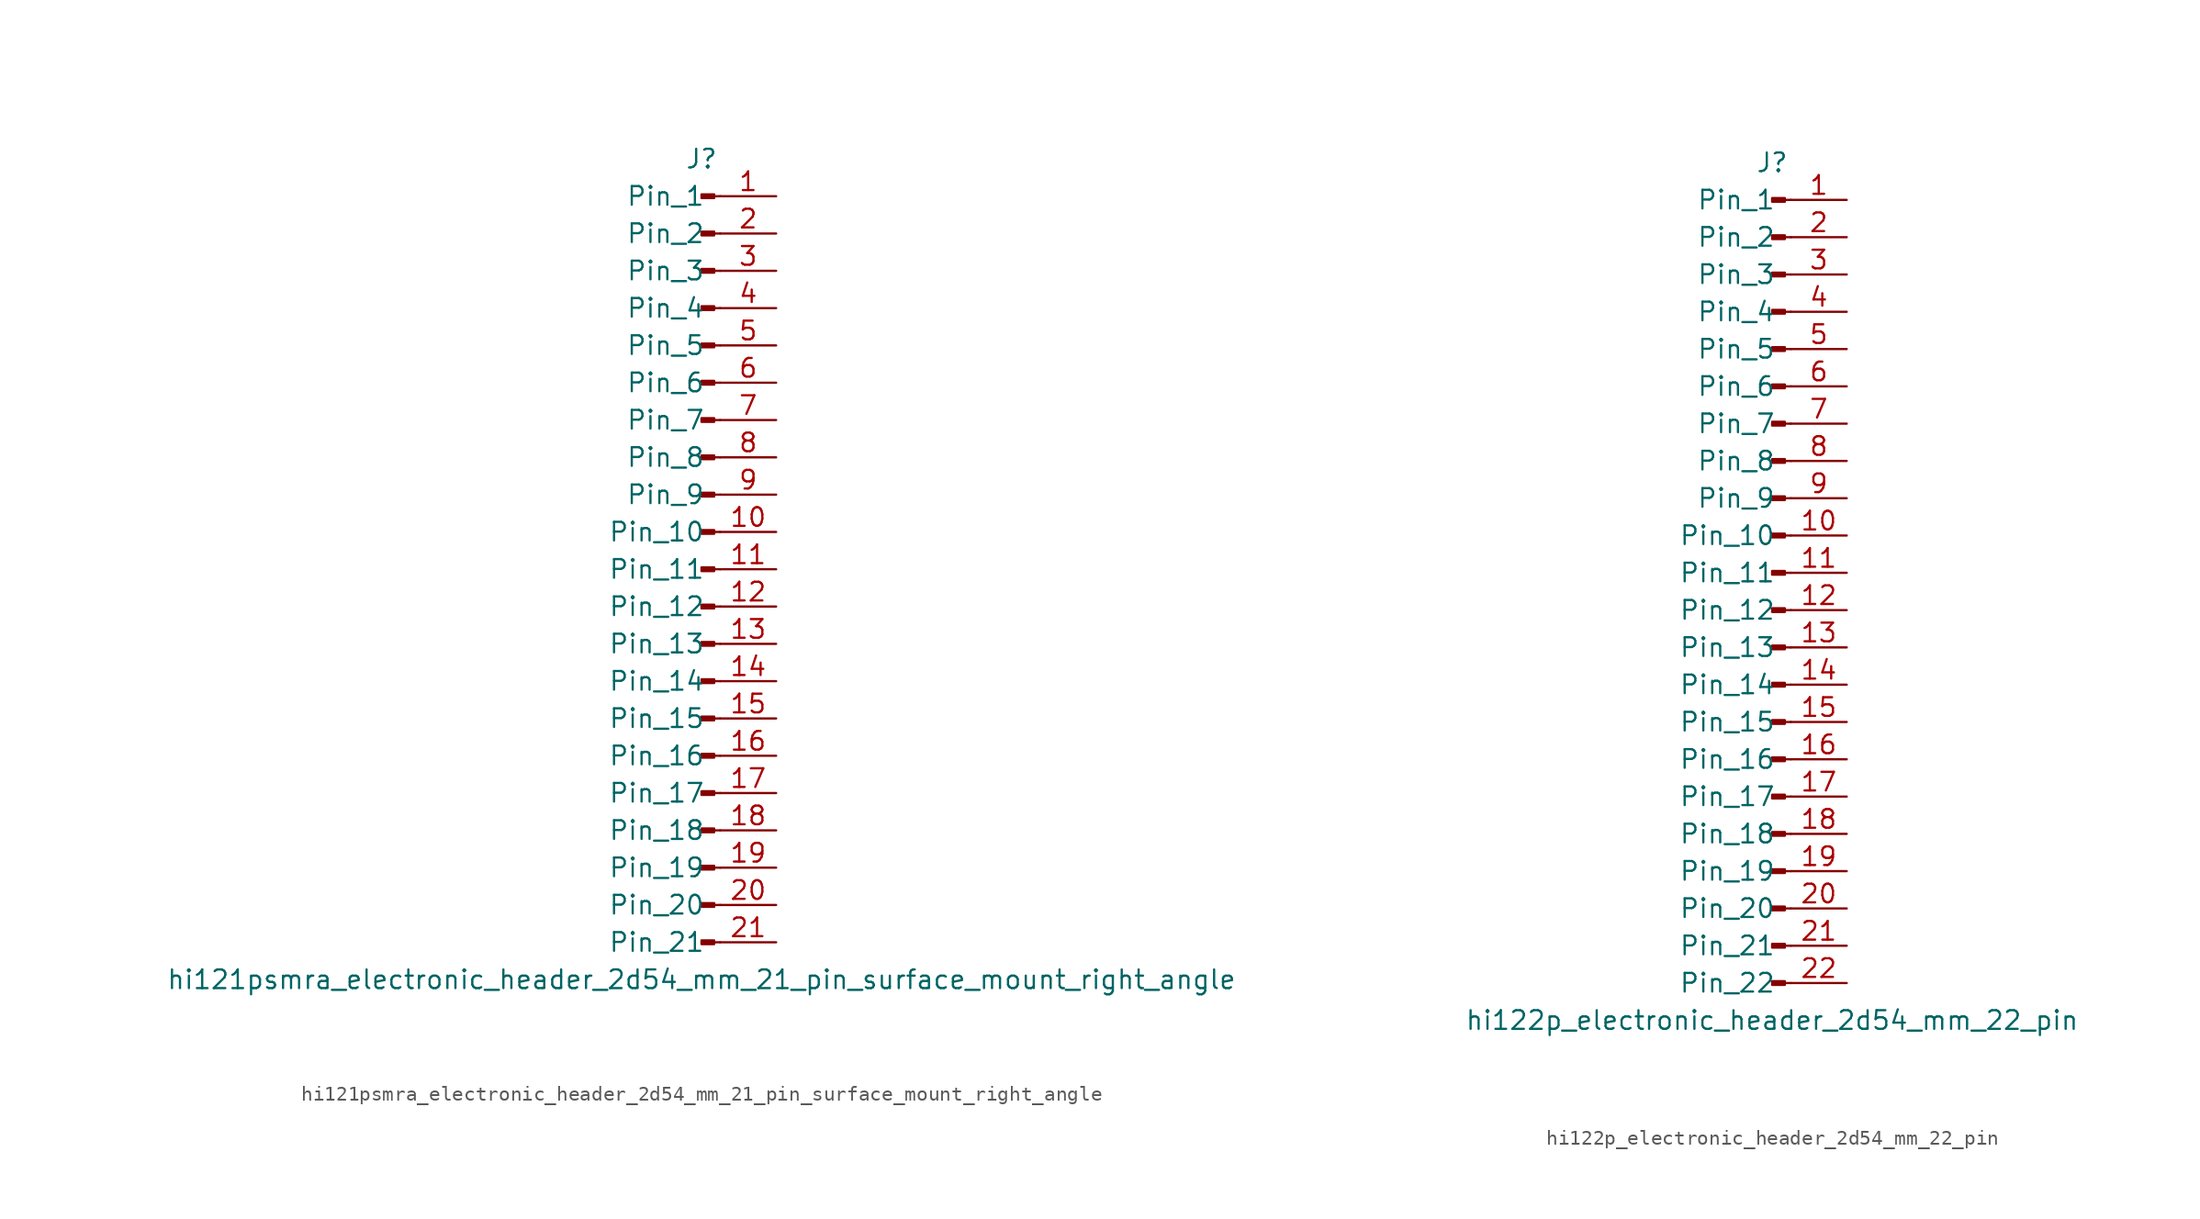
<source format=kicad_sym>
(kicad_symbol_lib
  (version 20220914)
  (generator kicad_symbol_editor)
  (symbol "hi121psmra_electronic_header_2d54_mm_21_pin_surface_mount_right_angle"
    (pin_names
      (offset 1.016))
    (property "Reference" "J"
      (at 0 27.94 0)
      (effects (font (size 1.27 1.27))))
    (property "Value" "hi121psmra_electronic_header_2d54_mm_21_pin_surface_mount_right_angle"
      (at 0 -27.94 0)
      (effects (font (size 1.27 1.27))))
    (property "ki_locked" ""
      (at 0 0 0)
      (effects (font (size 1.27 1.27))))
    (symbol "hi121psmra_electronic_header_2d54_mm_21_pin_surface_mount_right_angle_1_1"
      (polyline (pts (xy 1.27 -25.4) (xy 0.864 -25.4)) (stroke (width 0.152) (type default)) (fill (type none)))
      (polyline (pts (xy 1.27 -22.86) (xy 0.864 -22.86)) (stroke (width 0.152) (type default)) (fill (type none)))
      (polyline (pts (xy 1.27 -20.32) (xy 0.864 -20.32)) (stroke (width 0.152) (type default)) (fill (type none)))
      (polyline (pts (xy 1.27 -17.78) (xy 0.864 -17.78)) (stroke (width 0.152) (type default)) (fill (type none)))
      (polyline (pts (xy 1.27 -15.24) (xy 0.864 -15.24)) (stroke (width 0.152) (type default)) (fill (type none)))
      (polyline (pts (xy 1.27 -12.7) (xy 0.864 -12.7)) (stroke (width 0.152) (type default)) (fill (type none)))
      (polyline (pts (xy 1.27 -10.16) (xy 0.864 -10.16)) (stroke (width 0.152) (type default)) (fill (type none)))
      (polyline (pts (xy 1.27 -7.62) (xy 0.864 -7.62)) (stroke (width 0.152) (type default)) (fill (type none)))
      (polyline (pts (xy 1.27 -5.08) (xy 0.864 -5.08)) (stroke (width 0.152) (type default)) (fill (type none)))
      (polyline (pts (xy 1.27 -2.54) (xy 0.864 -2.54)) (stroke (width 0.152) (type default)) (fill (type none)))
      (polyline (pts (xy 1.27 0) (xy 0.864 0)) (stroke (width 0.152) (type default)) (fill (type none)))
      (polyline (pts (xy 1.27 2.54) (xy 0.864 2.54)) (stroke (width 0.152) (type default)) (fill (type none)))
      (polyline (pts (xy 1.27 5.08) (xy 0.864 5.08)) (stroke (width 0.152) (type default)) (fill (type none)))
      (polyline (pts (xy 1.27 7.62) (xy 0.864 7.62)) (stroke (width 0.152) (type default)) (fill (type none)))
      (polyline (pts (xy 1.27 10.16) (xy 0.864 10.16)) (stroke (width 0.152) (type default)) (fill (type none)))
      (polyline (pts (xy 1.27 12.7) (xy 0.864 12.7)) (stroke (width 0.152) (type default)) (fill (type none)))
      (polyline (pts (xy 1.27 15.24) (xy 0.864 15.24)) (stroke (width 0.152) (type default)) (fill (type none)))
      (polyline (pts (xy 1.27 17.78) (xy 0.864 17.78)) (stroke (width 0.152) (type default)) (fill (type none)))
      (polyline (pts (xy 1.27 20.32) (xy 0.864 20.32)) (stroke (width 0.152) (type default)) (fill (type none)))
      (polyline (pts (xy 1.27 22.86) (xy 0.864 22.86)) (stroke (width 0.152) (type default)) (fill (type none)))
      (polyline (pts (xy 1.27 25.4) (xy 0.864 25.4)) (stroke (width 0.152) (type default)) (fill (type none)))
      (rectangle (start 0.864 -25.273) (end 0 -25.527) (stroke (width 0.152) (type default)) (fill (type outline)))
      (rectangle (start 0.864 -22.733) (end 0 -22.987) (stroke (width 0.152) (type default)) (fill (type outline)))
      (rectangle (start 0.864 -20.193) (end 0 -20.447) (stroke (width 0.152) (type default)) (fill (type outline)))
      (rectangle (start 0.864 -17.653) (end 0 -17.907) (stroke (width 0.152) (type default)) (fill (type outline)))
      (rectangle (start 0.864 -15.113) (end 0 -15.367) (stroke (width 0.152) (type default)) (fill (type outline)))
      (rectangle (start 0.864 -12.573) (end 0 -12.827) (stroke (width 0.152) (type default)) (fill (type outline)))
      (rectangle (start 0.864 -10.033) (end 0 -10.287) (stroke (width 0.152) (type default)) (fill (type outline)))
      (rectangle (start 0.864 -7.493) (end 0 -7.747) (stroke (width 0.152) (type default)) (fill (type outline)))
      (rectangle (start 0.864 -4.953) (end 0 -5.207) (stroke (width 0.152) (type default)) (fill (type outline)))
      (rectangle (start 0.864 -2.413) (end 0 -2.667) (stroke (width 0.152) (type default)) (fill (type outline)))
      (rectangle (start 0.864 0.127) (end 0 -0.127) (stroke (width 0.152) (type default)) (fill (type outline)))
      (rectangle (start 0.864 2.667) (end 0 2.413) (stroke (width 0.152) (type default)) (fill (type outline)))
      (rectangle (start 0.864 5.207) (end 0 4.953) (stroke (width 0.152) (type default)) (fill (type outline)))
      (rectangle (start 0.864 7.747) (end 0 7.493) (stroke (width 0.152) (type default)) (fill (type outline)))
      (rectangle (start 0.864 10.287) (end 0 10.033) (stroke (width 0.152) (type default)) (fill (type outline)))
      (rectangle (start 0.864 12.827) (end 0 12.573) (stroke (width 0.152) (type default)) (fill (type outline)))
      (rectangle (start 0.864 15.367) (end 0 15.113) (stroke (width 0.152) (type default)) (fill (type outline)))
      (rectangle (start 0.864 17.907) (end 0 17.653) (stroke (width 0.152) (type default)) (fill (type outline)))
      (rectangle (start 0.864 20.447) (end 0 20.193) (stroke (width 0.152) (type default)) (fill (type outline)))
      (rectangle (start 0.864 22.987) (end 0 22.733) (stroke (width 0.152) (type default)) (fill (type outline)))
      (rectangle (start 0.864 25.527) (end 0 25.273) (stroke (width 0.152) (type default)) (fill (type outline)))
      (pin passive line (at 5.08 25.4 180) (length 3.81) (name "Pin_1" (effects (font (size 1.27 1.27)))) (number "1" (effects (font (size 1.27 1.27)))))
      (pin passive line (at 5.08 2.54 180) (length 3.81) (name "Pin_10" (effects (font (size 1.27 1.27)))) (number "10" (effects (font (size 1.27 1.27)))))
      (pin passive line (at 5.08 0 180) (length 3.81) (name "Pin_11" (effects (font (size 1.27 1.27)))) (number "11" (effects (font (size 1.27 1.27)))))
      (pin passive line (at 5.08 -2.54 180) (length 3.81) (name "Pin_12" (effects (font (size 1.27 1.27)))) (number "12" (effects (font (size 1.27 1.27)))))
      (pin passive line (at 5.08 -5.08 180) (length 3.81) (name "Pin_13" (effects (font (size 1.27 1.27)))) (number "13" (effects (font (size 1.27 1.27)))))
      (pin passive line (at 5.08 -7.62 180) (length 3.81) (name "Pin_14" (effects (font (size 1.27 1.27)))) (number "14" (effects (font (size 1.27 1.27)))))
      (pin passive line (at 5.08 -10.16 180) (length 3.81) (name "Pin_15" (effects (font (size 1.27 1.27)))) (number "15" (effects (font (size 1.27 1.27)))))
      (pin passive line (at 5.08 -12.7 180) (length 3.81) (name "Pin_16" (effects (font (size 1.27 1.27)))) (number "16" (effects (font (size 1.27 1.27)))))
      (pin passive line (at 5.08 -15.24 180) (length 3.81) (name "Pin_17" (effects (font (size 1.27 1.27)))) (number "17" (effects (font (size 1.27 1.27)))))
      (pin passive line (at 5.08 -17.78 180) (length 3.81) (name "Pin_18" (effects (font (size 1.27 1.27)))) (number "18" (effects (font (size 1.27 1.27)))))
      (pin passive line (at 5.08 -20.32 180) (length 3.81) (name "Pin_19" (effects (font (size 1.27 1.27)))) (number "19" (effects (font (size 1.27 1.27)))))
      (pin passive line (at 5.08 22.86 180) (length 3.81) (name "Pin_2" (effects (font (size 1.27 1.27)))) (number "2" (effects (font (size 1.27 1.27)))))
      (pin passive line (at 5.08 -22.86 180) (length 3.81) (name "Pin_20" (effects (font (size 1.27 1.27)))) (number "20" (effects (font (size 1.27 1.27)))))
      (pin passive line (at 5.08 -25.4 180) (length 3.81) (name "Pin_21" (effects (font (size 1.27 1.27)))) (number "21" (effects (font (size 1.27 1.27)))))
      (pin passive line (at 5.08 20.32 180) (length 3.81) (name "Pin_3" (effects (font (size 1.27 1.27)))) (number "3" (effects (font (size 1.27 1.27)))))
      (pin passive line (at 5.08 17.78 180) (length 3.81) (name "Pin_4" (effects (font (size 1.27 1.27)))) (number "4" (effects (font (size 1.27 1.27)))))
      (pin passive line (at 5.08 15.24 180) (length 3.81) (name "Pin_5" (effects (font (size 1.27 1.27)))) (number "5" (effects (font (size 1.27 1.27)))))
      (pin passive line (at 5.08 12.7 180) (length 3.81) (name "Pin_6" (effects (font (size 1.27 1.27)))) (number "6" (effects (font (size 1.27 1.27)))))
      (pin passive line (at 5.08 10.16 180) (length 3.81) (name "Pin_7" (effects (font (size 1.27 1.27)))) (number "7" (effects (font (size 1.27 1.27)))))
      (pin passive line (at 5.08 7.62 180) (length 3.81) (name "Pin_8" (effects (font (size 1.27 1.27)))) (number "8" (effects (font (size 1.27 1.27)))))
      (pin passive line (at 5.08 5.08 180) (length 3.81) (name "Pin_9" (effects (font (size 1.27 1.27)))) (number "9" (effects (font (size 1.27 1.27)))))))
  (symbol "hi122p_electronic_header_2d54_mm_22_pin"
    (pin_names
      (offset 1.016))
    (property "Reference" "J"
      (at 0 27.94 0)
      (effects (font (size 1.27 1.27))))
    (property "Value" "hi122p_electronic_header_2d54_mm_22_pin"
      (at 0 -30.48 0)
      (effects (font (size 1.27 1.27))))
    (property "ki_locked" ""
      (at 0 0 0)
      (effects (font (size 1.27 1.27))))
    (symbol "hi122p_electronic_header_2d54_mm_22_pin_1_1"
      (polyline (pts (xy 1.27 -27.94) (xy 0.864 -27.94)) (stroke (width 0.152) (type default)) (fill (type none)))
      (polyline (pts (xy 1.27 -25.4) (xy 0.864 -25.4)) (stroke (width 0.152) (type default)) (fill (type none)))
      (polyline (pts (xy 1.27 -22.86) (xy 0.864 -22.86)) (stroke (width 0.152) (type default)) (fill (type none)))
      (polyline (pts (xy 1.27 -20.32) (xy 0.864 -20.32)) (stroke (width 0.152) (type default)) (fill (type none)))
      (polyline (pts (xy 1.27 -17.78) (xy 0.864 -17.78)) (stroke (width 0.152) (type default)) (fill (type none)))
      (polyline (pts (xy 1.27 -15.24) (xy 0.864 -15.24)) (stroke (width 0.152) (type default)) (fill (type none)))
      (polyline (pts (xy 1.27 -12.7) (xy 0.864 -12.7)) (stroke (width 0.152) (type default)) (fill (type none)))
      (polyline (pts (xy 1.27 -10.16) (xy 0.864 -10.16)) (stroke (width 0.152) (type default)) (fill (type none)))
      (polyline (pts (xy 1.27 -7.62) (xy 0.864 -7.62)) (stroke (width 0.152) (type default)) (fill (type none)))
      (polyline (pts (xy 1.27 -5.08) (xy 0.864 -5.08)) (stroke (width 0.152) (type default)) (fill (type none)))
      (polyline (pts (xy 1.27 -2.54) (xy 0.864 -2.54)) (stroke (width 0.152) (type default)) (fill (type none)))
      (polyline (pts (xy 1.27 0) (xy 0.864 0)) (stroke (width 0.152) (type default)) (fill (type none)))
      (polyline (pts (xy 1.27 2.54) (xy 0.864 2.54)) (stroke (width 0.152) (type default)) (fill (type none)))
      (polyline (pts (xy 1.27 5.08) (xy 0.864 5.08)) (stroke (width 0.152) (type default)) (fill (type none)))
      (polyline (pts (xy 1.27 7.62) (xy 0.864 7.62)) (stroke (width 0.152) (type default)) (fill (type none)))
      (polyline (pts (xy 1.27 10.16) (xy 0.864 10.16)) (stroke (width 0.152) (type default)) (fill (type none)))
      (polyline (pts (xy 1.27 12.7) (xy 0.864 12.7)) (stroke (width 0.152) (type default)) (fill (type none)))
      (polyline (pts (xy 1.27 15.24) (xy 0.864 15.24)) (stroke (width 0.152) (type default)) (fill (type none)))
      (polyline (pts (xy 1.27 17.78) (xy 0.864 17.78)) (stroke (width 0.152) (type default)) (fill (type none)))
      (polyline (pts (xy 1.27 20.32) (xy 0.864 20.32)) (stroke (width 0.152) (type default)) (fill (type none)))
      (polyline (pts (xy 1.27 22.86) (xy 0.864 22.86)) (stroke (width 0.152) (type default)) (fill (type none)))
      (polyline (pts (xy 1.27 25.4) (xy 0.864 25.4)) (stroke (width 0.152) (type default)) (fill (type none)))
      (rectangle (start 0.864 -27.813) (end 0 -28.067) (stroke (width 0.152) (type default)) (fill (type outline)))
      (rectangle (start 0.864 -25.273) (end 0 -25.527) (stroke (width 0.152) (type default)) (fill (type outline)))
      (rectangle (start 0.864 -22.733) (end 0 -22.987) (stroke (width 0.152) (type default)) (fill (type outline)))
      (rectangle (start 0.864 -20.193) (end 0 -20.447) (stroke (width 0.152) (type default)) (fill (type outline)))
      (rectangle (start 0.864 -17.653) (end 0 -17.907) (stroke (width 0.152) (type default)) (fill (type outline)))
      (rectangle (start 0.864 -15.113) (end 0 -15.367) (stroke (width 0.152) (type default)) (fill (type outline)))
      (rectangle (start 0.864 -12.573) (end 0 -12.827) (stroke (width 0.152) (type default)) (fill (type outline)))
      (rectangle (start 0.864 -10.033) (end 0 -10.287) (stroke (width 0.152) (type default)) (fill (type outline)))
      (rectangle (start 0.864 -7.493) (end 0 -7.747) (stroke (width 0.152) (type default)) (fill (type outline)))
      (rectangle (start 0.864 -4.953) (end 0 -5.207) (stroke (width 0.152) (type default)) (fill (type outline)))
      (rectangle (start 0.864 -2.413) (end 0 -2.667) (stroke (width 0.152) (type default)) (fill (type outline)))
      (rectangle (start 0.864 0.127) (end 0 -0.127) (stroke (width 0.152) (type default)) (fill (type outline)))
      (rectangle (start 0.864 2.667) (end 0 2.413) (stroke (width 0.152) (type default)) (fill (type outline)))
      (rectangle (start 0.864 5.207) (end 0 4.953) (stroke (width 0.152) (type default)) (fill (type outline)))
      (rectangle (start 0.864 7.747) (end 0 7.493) (stroke (width 0.152) (type default)) (fill (type outline)))
      (rectangle (start 0.864 10.287) (end 0 10.033) (stroke (width 0.152) (type default)) (fill (type outline)))
      (rectangle (start 0.864 12.827) (end 0 12.573) (stroke (width 0.152) (type default)) (fill (type outline)))
      (rectangle (start 0.864 15.367) (end 0 15.113) (stroke (width 0.152) (type default)) (fill (type outline)))
      (rectangle (start 0.864 17.907) (end 0 17.653) (stroke (width 0.152) (type default)) (fill (type outline)))
      (rectangle (start 0.864 20.447) (end 0 20.193) (stroke (width 0.152) (type default)) (fill (type outline)))
      (rectangle (start 0.864 22.987) (end 0 22.733) (stroke (width 0.152) (type default)) (fill (type outline)))
      (rectangle (start 0.864 25.527) (end 0 25.273) (stroke (width 0.152) (type default)) (fill (type outline)))
      (pin passive line (at 5.08 25.4 180) (length 3.81) (name "Pin_1" (effects (font (size 1.27 1.27)))) (number "1" (effects (font (size 1.27 1.27)))))
      (pin passive line (at 5.08 2.54 180) (length 3.81) (name "Pin_10" (effects (font (size 1.27 1.27)))) (number "10" (effects (font (size 1.27 1.27)))))
      (pin passive line (at 5.08 0 180) (length 3.81) (name "Pin_11" (effects (font (size 1.27 1.27)))) (number "11" (effects (font (size 1.27 1.27)))))
      (pin passive line (at 5.08 -2.54 180) (length 3.81) (name "Pin_12" (effects (font (size 1.27 1.27)))) (number "12" (effects (font (size 1.27 1.27)))))
      (pin passive line (at 5.08 -5.08 180) (length 3.81) (name "Pin_13" (effects (font (size 1.27 1.27)))) (number "13" (effects (font (size 1.27 1.27)))))
      (pin passive line (at 5.08 -7.62 180) (length 3.81) (name "Pin_14" (effects (font (size 1.27 1.27)))) (number "14" (effects (font (size 1.27 1.27)))))
      (pin passive line (at 5.08 -10.16 180) (length 3.81) (name "Pin_15" (effects (font (size 1.27 1.27)))) (number "15" (effects (font (size 1.27 1.27)))))
      (pin passive line (at 5.08 -12.7 180) (length 3.81) (name "Pin_16" (effects (font (size 1.27 1.27)))) (number "16" (effects (font (size 1.27 1.27)))))
      (pin passive line (at 5.08 -15.24 180) (length 3.81) (name "Pin_17" (effects (font (size 1.27 1.27)))) (number "17" (effects (font (size 1.27 1.27)))))
      (pin passive line (at 5.08 -17.78 180) (length 3.81) (name "Pin_18" (effects (font (size 1.27 1.27)))) (number "18" (effects (font (size 1.27 1.27)))))
      (pin passive line (at 5.08 -20.32 180) (length 3.81) (name "Pin_19" (effects (font (size 1.27 1.27)))) (number "19" (effects (font (size 1.27 1.27)))))
      (pin passive line (at 5.08 22.86 180) (length 3.81) (name "Pin_2" (effects (font (size 1.27 1.27)))) (number "2" (effects (font (size 1.27 1.27)))))
      (pin passive line (at 5.08 -22.86 180) (length 3.81) (name "Pin_20" (effects (font (size 1.27 1.27)))) (number "20" (effects (font (size 1.27 1.27)))))
      (pin passive line (at 5.08 -25.4 180) (length 3.81) (name "Pin_21" (effects (font (size 1.27 1.27)))) (number "21" (effects (font (size 1.27 1.27)))))
      (pin passive line (at 5.08 -27.94 180) (length 3.81) (name "Pin_22" (effects (font (size 1.27 1.27)))) (number "22" (effects (font (size 1.27 1.27)))))
      (pin passive line (at 5.08 20.32 180) (length 3.81) (name "Pin_3" (effects (font (size 1.27 1.27)))) (number "3" (effects (font (size 1.27 1.27)))))
      (pin passive line (at 5.08 17.78 180) (length 3.81) (name "Pin_4" (effects (font (size 1.27 1.27)))) (number "4" (effects (font (size 1.27 1.27)))))
      (pin passive line (at 5.08 15.24 180) (length 3.81) (name "Pin_5" (effects (font (size 1.27 1.27)))) (number "5" (effects (font (size 1.27 1.27)))))
      (pin passive line (at 5.08 12.7 180) (length 3.81) (name "Pin_6" (effects (font (size 1.27 1.27)))) (number "6" (effects (font (size 1.27 1.27)))))
      (pin passive line (at 5.08 10.16 180) (length 3.81) (name "Pin_7" (effects (font (size 1.27 1.27)))) (number "7" (effects (font (size 1.27 1.27)))))
      (pin passive line (at 5.08 7.62 180) (length 3.81) (name "Pin_8" (effects (font (size 1.27 1.27)))) (number "8" (effects (font (size 1.27 1.27)))))
      (pin passive line (at 5.08 5.08 180) (length 3.81) (name "Pin_9" (effects (font (size 1.27 1.27)))) (number "9" (effects (font (size 1.27 1.27))))))))
</source>
